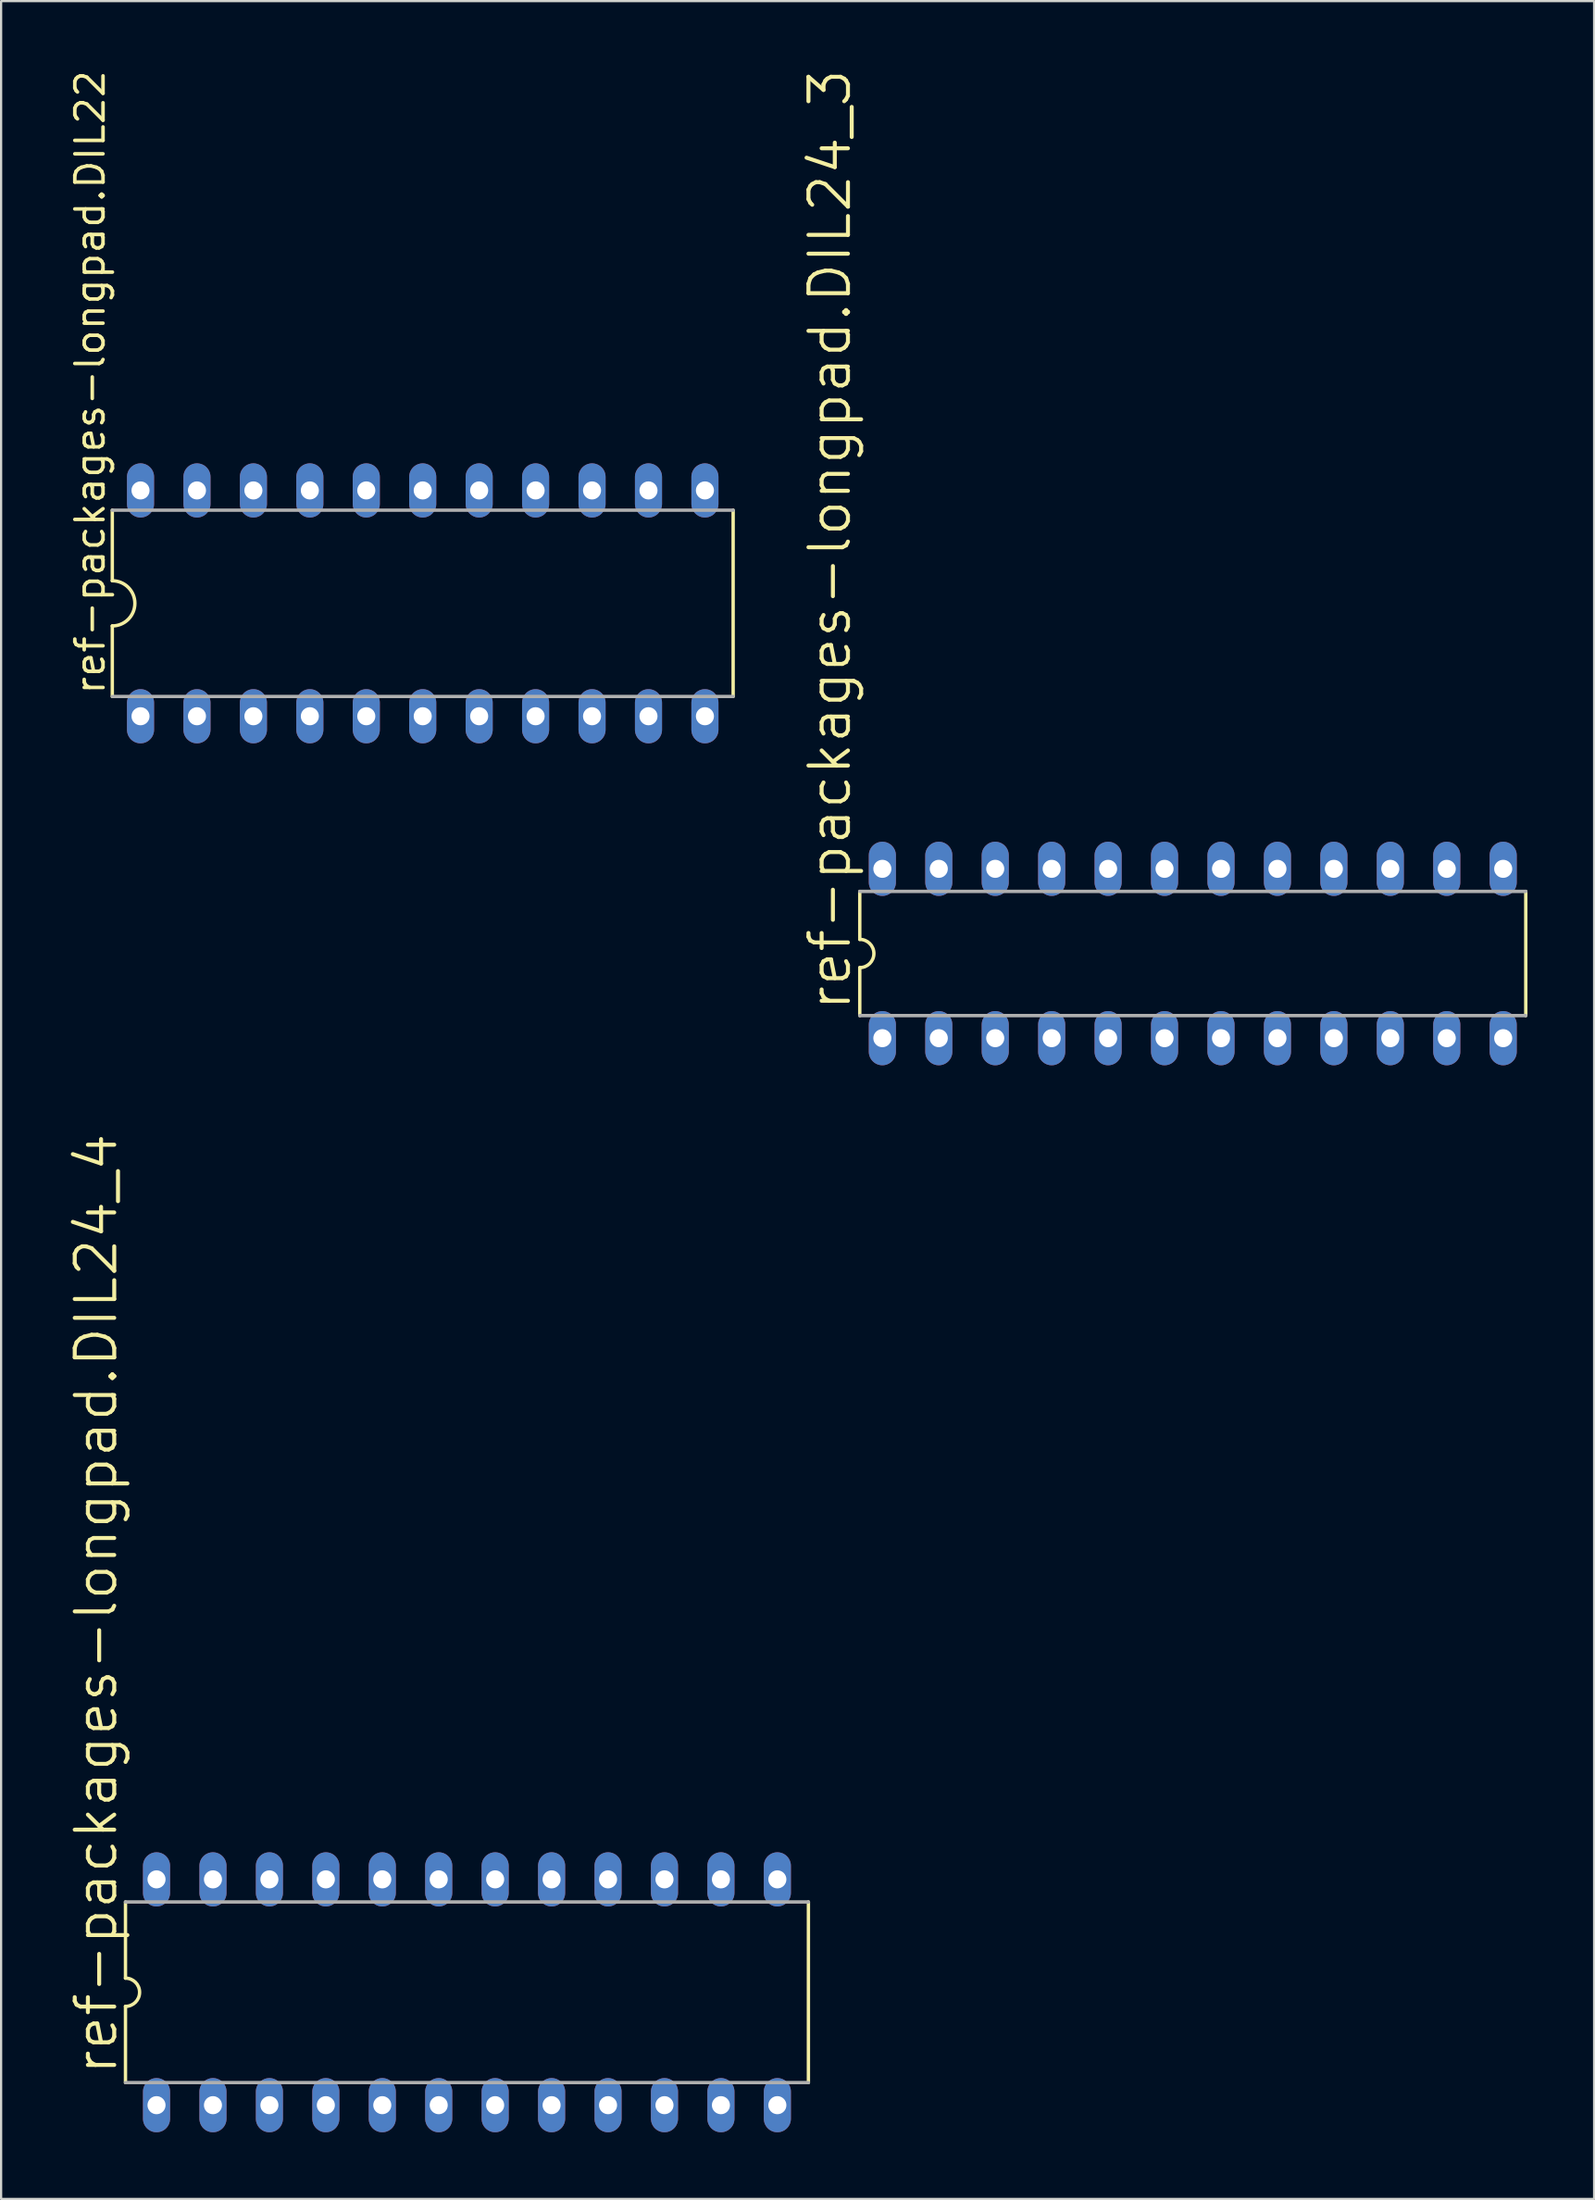
<source format=kicad_pcb>
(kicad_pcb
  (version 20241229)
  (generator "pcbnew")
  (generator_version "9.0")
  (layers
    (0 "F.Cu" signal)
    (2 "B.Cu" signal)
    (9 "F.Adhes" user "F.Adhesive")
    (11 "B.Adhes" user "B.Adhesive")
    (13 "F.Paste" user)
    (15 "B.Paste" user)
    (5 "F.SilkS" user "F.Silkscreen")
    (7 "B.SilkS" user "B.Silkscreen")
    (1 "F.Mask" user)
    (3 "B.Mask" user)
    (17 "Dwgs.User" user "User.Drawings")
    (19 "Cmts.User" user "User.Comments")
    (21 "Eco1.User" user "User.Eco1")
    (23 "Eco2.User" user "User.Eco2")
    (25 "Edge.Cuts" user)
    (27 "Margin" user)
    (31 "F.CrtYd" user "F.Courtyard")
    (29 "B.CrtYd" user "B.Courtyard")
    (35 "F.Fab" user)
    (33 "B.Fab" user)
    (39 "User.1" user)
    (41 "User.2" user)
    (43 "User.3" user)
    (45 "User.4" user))
  (footprint "ref-packages-longpad.DIL24_3"
    (layer "F.Cu")
    (at 50.629 39.851)
    (property "Reference" "ref-packages-longpad.DIL24_3" (at -15.291 2.667 90) (layer "F.SilkS") (effects (font (size 1.778 1.778) (thickness 0.18)) (justify left bottom)))
    (attr through_hole)
    (fp_line (start -14.986 -2.794) (end -14.986 -0.635) (stroke (width 0.152) (type default)) (layer "F.SilkS"))
    (fp_line (start -14.986 0.635) (end -14.986 2.794) (stroke (width 0.152) (type default)) (layer "F.SilkS"))
    (fp_line (start 14.986 2.794) (end 14.986 -2.794) (stroke (width 0.152) (type default)) (layer "F.SilkS"))
    (fp_arc (start -14.986 -0.635) (mid -14.351 0) (end -14.986 0.635) (stroke (width 0.1524) (type default)) (layer "F.SilkS"))
    (fp_line (start -14.986 -2.794) (end 14.986 -2.794) (stroke (width 0.152) (type default)) (layer "F.Fab"))
    (fp_line (start -14.986 2.794) (end 14.986 2.794) (stroke (width 0.152) (type default)) (layer "F.Fab"))
    (pad "1" thru_hole oval (at -13.97 3.81 90) (size 2.438 1.219) (drill 0.813) (layers "*.Cu" "*.Mask"))
    (pad "2" thru_hole oval (at -11.43 3.81 90) (size 2.438 1.219) (drill 0.813) (layers "*.Cu" "*.Mask"))
    (pad "3" thru_hole oval (at -8.89 3.81 90) (size 2.438 1.219) (drill 0.813) (layers "*.Cu" "*.Mask"))
    (pad "4" thru_hole oval (at -6.35 3.81 90) (size 2.438 1.219) (drill 0.813) (layers "*.Cu" "*.Mask"))
    (pad "5" thru_hole oval (at -3.81 3.81 90) (size 2.438 1.219) (drill 0.813) (layers "*.Cu" "*.Mask"))
    (pad "6" thru_hole oval (at -1.27 3.81 90) (size 2.438 1.219) (drill 0.813) (layers "*.Cu" "*.Mask"))
    (pad "7" thru_hole oval (at 1.27 3.81 90) (size 2.438 1.219) (drill 0.813) (layers "*.Cu" "*.Mask"))
    (pad "8" thru_hole oval (at 3.81 3.81 90) (size 2.438 1.219) (drill 0.813) (layers "*.Cu" "*.Mask"))
    (pad "9" thru_hole oval (at 6.35 3.81 90) (size 2.438 1.219) (drill 0.813) (layers "*.Cu" "*.Mask"))
    (pad "10" thru_hole oval (at 8.89 3.81 90) (size 2.438 1.219) (drill 0.813) (layers "*.Cu" "*.Mask"))
    (pad "11" thru_hole oval (at 11.43 3.81 90) (size 2.438 1.219) (drill 0.813) (layers "*.Cu" "*.Mask"))
    (pad "12" thru_hole oval (at 13.97 3.81 90) (size 2.438 1.219) (drill 0.813) (layers "*.Cu" "*.Mask"))
    (pad "13" thru_hole oval (at 13.97 -3.81 90) (size 2.438 1.219) (drill 0.813) (layers "*.Cu" "*.Mask"))
    (pad "14" thru_hole oval (at 11.43 -3.81 90) (size 2.438 1.219) (drill 0.813) (layers "*.Cu" "*.Mask"))
    (pad "15" thru_hole oval (at 8.89 -3.81 90) (size 2.438 1.219) (drill 0.813) (layers "*.Cu" "*.Mask"))
    (pad "16" thru_hole oval (at 6.35 -3.81 90) (size 2.438 1.219) (drill 0.813) (layers "*.Cu" "*.Mask"))
    (pad "17" thru_hole oval (at 3.81 -3.81 90) (size 2.438 1.219) (drill 0.813) (layers "*.Cu" "*.Mask"))
    (pad "18" thru_hole oval (at 1.27 -3.81 90) (size 2.438 1.219) (drill 0.813) (layers "*.Cu" "*.Mask"))
    (pad "19" thru_hole oval (at -1.27 -3.81 90) (size 2.438 1.219) (drill 0.813) (layers "*.Cu" "*.Mask"))
    (pad "20" thru_hole oval (at -3.81 -3.81 90) (size 2.438 1.219) (drill 0.813) (layers "*.Cu" "*.Mask"))
    (pad "21" thru_hole oval (at -6.35 -3.81 90) (size 2.438 1.219) (drill 0.813) (layers "*.Cu" "*.Mask"))
    (pad "22" thru_hole oval (at -8.89 -3.81 90) (size 2.438 1.219) (drill 0.813) (layers "*.Cu" "*.Mask"))
    (pad "23" thru_hole oval (at -11.43 -3.81 90) (size 2.438 1.219) (drill 0.813) (layers "*.Cu" "*.Mask"))
    (pad "24" thru_hole oval (at -13.97 -3.81 90) (size 2.438 1.219) (drill 0.813) (layers "*.Cu" "*.Mask")))
  (footprint "ref-packages-longpad.DIL22"
    (layer "F.Cu")
    (at 15.974 24.096)
    (property "Reference" "ref-packages-longpad.DIL22" (at -14.224 4.191 90) (layer "F.SilkS") (effects (font (size 1.27 1.27) (thickness 0.16)) (justify left bottom)))
    (attr through_hole)
    (fp_line (start -13.97 -4.191) (end -13.97 -1.016) (stroke (width 0.152) (type default)) (layer "F.SilkS"))
    (fp_line (start -13.97 4.191) (end -13.97 1.016) (stroke (width 0.152) (type default)) (layer "F.SilkS"))
    (fp_line (start 13.97 -4.191) (end 13.97 4.191) (stroke (width 0.152) (type default)) (layer "F.SilkS"))
    (fp_arc (start -13.97 -1.016) (mid -12.954 0) (end -13.97 1.016) (stroke (width 0.1524) (type default)) (layer "F.SilkS"))
    (fp_line (start -13.97 4.191) (end 13.97 4.191) (stroke (width 0.152) (type default)) (layer "F.Fab"))
    (fp_line (start 13.97 -4.191) (end -13.97 -4.191) (stroke (width 0.152) (type default)) (layer "F.Fab"))
    (pad "1" thru_hole oval (at -12.7 5.08 90) (size 2.438 1.219) (drill 0.813) (layers "*.Cu" "*.Mask"))
    (pad "2" thru_hole oval (at -10.16 5.08 90) (size 2.438 1.219) (drill 0.813) (layers "*.Cu" "*.Mask"))
    (pad "3" thru_hole oval (at -7.62 5.08 90) (size 2.438 1.219) (drill 0.813) (layers "*.Cu" "*.Mask"))
    (pad "4" thru_hole oval (at -5.08 5.08 90) (size 2.438 1.219) (drill 0.813) (layers "*.Cu" "*.Mask"))
    (pad "5" thru_hole oval (at -2.54 5.08 90) (size 2.438 1.219) (drill 0.813) (layers "*.Cu" "*.Mask"))
    (pad "6" thru_hole oval (at 0 5.08 90) (size 2.438 1.219) (drill 0.813) (layers "*.Cu" "*.Mask"))
    (pad "7" thru_hole oval (at 2.54 5.08 90) (size 2.438 1.219) (drill 0.813) (layers "*.Cu" "*.Mask"))
    (pad "8" thru_hole oval (at 5.08 5.08 90) (size 2.438 1.219) (drill 0.813) (layers "*.Cu" "*.Mask"))
    (pad "9" thru_hole oval (at 7.62 5.08 90) (size 2.438 1.219) (drill 0.813) (layers "*.Cu" "*.Mask"))
    (pad "10" thru_hole oval (at 10.16 5.08 90) (size 2.438 1.219) (drill 0.813) (layers "*.Cu" "*.Mask"))
    (pad "11" thru_hole oval (at 12.7 5.08 90) (size 2.438 1.219) (drill 0.813) (layers "*.Cu" "*.Mask"))
    (pad "12" thru_hole oval (at 12.7 -5.08 90) (size 2.438 1.219) (drill 0.813) (layers "*.Cu" "*.Mask"))
    (pad "13" thru_hole oval (at 10.16 -5.08 90) (size 2.438 1.219) (drill 0.813) (layers "*.Cu" "*.Mask"))
    (pad "14" thru_hole oval (at 7.62 -5.08 90) (size 2.438 1.219) (drill 0.813) (layers "*.Cu" "*.Mask"))
    (pad "15" thru_hole oval (at 5.08 -5.08 90) (size 2.438 1.219) (drill 0.813) (layers "*.Cu" "*.Mask"))
    (pad "16" thru_hole oval (at 2.54 -5.08 90) (size 2.438 1.219) (drill 0.813) (layers "*.Cu" "*.Mask"))
    (pad "17" thru_hole oval (at 0 -5.08 90) (size 2.438 1.219) (drill 0.813) (layers "*.Cu" "*.Mask"))
    (pad "18" thru_hole oval (at -2.54 -5.08 90) (size 2.438 1.219) (drill 0.813) (layers "*.Cu" "*.Mask"))
    (pad "19" thru_hole oval (at -5.08 -5.08 90) (size 2.438 1.219) (drill 0.813) (layers "*.Cu" "*.Mask"))
    (pad "20" thru_hole oval (at -7.62 -5.08 90) (size 2.438 1.219) (drill 0.813) (layers "*.Cu" "*.Mask"))
    (pad "21" thru_hole oval (at -10.16 -5.08 90) (size 2.438 1.219) (drill 0.813) (layers "*.Cu" "*.Mask"))
    (pad "22" thru_hole oval (at -12.7 -5.08 90) (size 2.438 1.219) (drill 0.813) (layers "*.Cu" "*.Mask")))
  (footprint "ref-packages-longpad.DIL24_4"
    (layer "F.Cu")
    (at 17.964 86.588)
    (property "Reference" "ref-packages-longpad.DIL24_4" (at -15.646 3.81 90) (layer "F.SilkS") (effects (font (size 1.778 1.778) (thickness 0.18)) (justify left bottom)))
    (attr through_hole)
    (fp_line (start -15.367 -4.064) (end -15.367 -0.635) (stroke (width 0.152) (type default)) (layer "F.SilkS"))
    (fp_line (start -15.367 0.635) (end -15.367 4.064) (stroke (width 0.152) (type default)) (layer "F.SilkS"))
    (fp_line (start 15.367 4.064) (end 15.367 -4.064) (stroke (width 0.152) (type default)) (layer "F.SilkS"))
    (fp_arc (start -15.367 -0.635) (mid -14.732 0) (end -15.367 0.635) (stroke (width 0.1524) (type default)) (layer "F.SilkS"))
    (fp_line (start -15.367 -4.064) (end 15.367 -4.064) (stroke (width 0.152) (type default)) (layer "F.Fab"))
    (fp_line (start -15.367 4.064) (end 15.367 4.064) (stroke (width 0.152) (type default)) (layer "F.Fab"))
    (pad "1" thru_hole oval (at -13.97 5.08 90) (size 2.438 1.219) (drill 0.813) (layers "*.Cu" "*.Mask"))
    (pad "2" thru_hole oval (at -11.43 5.08 90) (size 2.438 1.219) (drill 0.813) (layers "*.Cu" "*.Mask"))
    (pad "3" thru_hole oval (at -8.89 5.08 90) (size 2.438 1.219) (drill 0.813) (layers "*.Cu" "*.Mask"))
    (pad "4" thru_hole oval (at -6.35 5.08 90) (size 2.438 1.219) (drill 0.813) (layers "*.Cu" "*.Mask"))
    (pad "5" thru_hole oval (at -3.81 5.08 90) (size 2.438 1.219) (drill 0.813) (layers "*.Cu" "*.Mask"))
    (pad "6" thru_hole oval (at -1.27 5.08 90) (size 2.438 1.219) (drill 0.813) (layers "*.Cu" "*.Mask"))
    (pad "7" thru_hole oval (at 1.27 5.08 90) (size 2.438 1.219) (drill 0.813) (layers "*.Cu" "*.Mask"))
    (pad "8" thru_hole oval (at 3.81 5.08 90) (size 2.438 1.219) (drill 0.813) (layers "*.Cu" "*.Mask"))
    (pad "9" thru_hole oval (at 6.35 5.08 90) (size 2.438 1.219) (drill 0.813) (layers "*.Cu" "*.Mask"))
    (pad "10" thru_hole oval (at 8.89 5.08 90) (size 2.438 1.219) (drill 0.813) (layers "*.Cu" "*.Mask"))
    (pad "11" thru_hole oval (at 11.43 5.08 90) (size 2.438 1.219) (drill 0.813) (layers "*.Cu" "*.Mask"))
    (pad "12" thru_hole oval (at 13.97 5.08 90) (size 2.438 1.219) (drill 0.813) (layers "*.Cu" "*.Mask"))
    (pad "13" thru_hole oval (at 13.97 -5.08 90) (size 2.438 1.219) (drill 0.813) (layers "*.Cu" "*.Mask"))
    (pad "14" thru_hole oval (at 11.43 -5.08 90) (size 2.438 1.219) (drill 0.813) (layers "*.Cu" "*.Mask"))
    (pad "15" thru_hole oval (at 8.89 -5.08 90) (size 2.438 1.219) (drill 0.813) (layers "*.Cu" "*.Mask"))
    (pad "16" thru_hole oval (at 6.35 -5.08 90) (size 2.438 1.219) (drill 0.813) (layers "*.Cu" "*.Mask"))
    (pad "17" thru_hole oval (at 3.81 -5.08 90) (size 2.438 1.219) (drill 0.813) (layers "*.Cu" "*.Mask"))
    (pad "18" thru_hole oval (at 1.27 -5.08 90) (size 2.438 1.219) (drill 0.813) (layers "*.Cu" "*.Mask"))
    (pad "19" thru_hole oval (at -1.27 -5.08 90) (size 2.438 1.219) (drill 0.813) (layers "*.Cu" "*.Mask"))
    (pad "20" thru_hole oval (at -3.81 -5.08 90) (size 2.438 1.219) (drill 0.813) (layers "*.Cu" "*.Mask"))
    (pad "21" thru_hole oval (at -6.35 -5.08 90) (size 2.438 1.219) (drill 0.813) (layers "*.Cu" "*.Mask"))
    (pad "22" thru_hole oval (at -8.89 -5.08 90) (size 2.438 1.219) (drill 0.813) (layers "*.Cu" "*.Mask"))
    (pad "23" thru_hole oval (at -11.43 -5.08 90) (size 2.438 1.219) (drill 0.813) (layers "*.Cu" "*.Mask"))
    (pad "24" thru_hole oval (at -13.97 -5.08 90) (size 2.438 1.219) (drill 0.813) (layers "*.Cu" "*.Mask")))
  (gr_rect
    (start -3 -3)
    (end 68.691 95.887)
    (stroke (width 0.1) (type default))
    (fill no)
    (layer "Edge.Cuts")))
</source>
